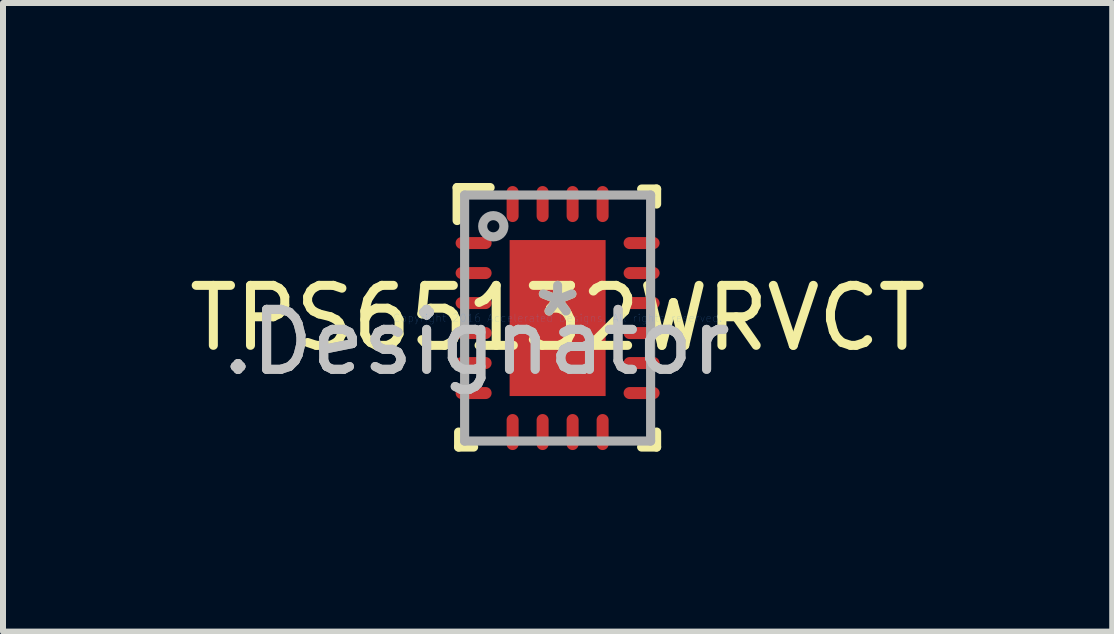
<source format=kicad_pcb>
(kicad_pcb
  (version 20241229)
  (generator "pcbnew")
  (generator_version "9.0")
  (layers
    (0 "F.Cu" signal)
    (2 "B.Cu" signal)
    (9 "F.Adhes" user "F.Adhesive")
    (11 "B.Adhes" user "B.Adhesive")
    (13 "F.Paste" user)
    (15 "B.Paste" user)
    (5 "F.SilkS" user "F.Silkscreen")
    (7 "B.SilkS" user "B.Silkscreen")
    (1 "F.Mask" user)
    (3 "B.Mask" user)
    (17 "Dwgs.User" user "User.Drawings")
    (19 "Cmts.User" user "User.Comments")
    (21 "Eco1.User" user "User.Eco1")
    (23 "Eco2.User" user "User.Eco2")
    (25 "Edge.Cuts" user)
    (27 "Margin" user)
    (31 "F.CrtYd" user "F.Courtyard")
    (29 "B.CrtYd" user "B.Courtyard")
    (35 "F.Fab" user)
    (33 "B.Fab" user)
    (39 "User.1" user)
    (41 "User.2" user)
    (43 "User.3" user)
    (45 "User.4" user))
  (footprint "TPS65132WRVCT"
    (layer "F.Cu")
    (at 6.244 2.251)
    (property "Reference" "TPS65132WRVCT" (at 0 0 0) (layer "F.SilkS") (effects (font (size 1 1) (thickness 0.15))))
    (attr through_hole)
    (fp_line (start -1.675 -1.625) (end -1.675 -2.175) (stroke (width 0.152) (type solid)) (layer "F.SilkS"))
    (fp_line (start -1.675 -2.175) (end -1.125 -2.175) (stroke (width 0.152) (type solid)) (layer "F.SilkS"))
    (fp_line (start -1.65 2.15) (end -1.65 1.9) (stroke (width 0.152) (type solid)) (layer "F.SilkS"))
    (fp_line (start -1.65 2.15) (end -1.4 2.15) (stroke (width 0.152) (type solid)) (layer "F.SilkS"))
    (fp_line (start 1.4 2.15) (end 1.65 2.15) (stroke (width 0.152) (type solid)) (layer "F.SilkS"))
    (fp_line (start 1.4 -2.15) (end 1.65 -2.15) (stroke (width 0.152) (type solid)) (layer "F.SilkS"))
    (fp_line (start 1.65 -1.9) (end 1.65 -2.15) (stroke (width 0.152) (type solid)) (layer "F.SilkS"))
    (fp_line (start 1.65 2.15) (end 1.65 1.9) (stroke (width 0.152) (type solid)) (layer "F.SilkS"))
    (fp_line (start -0.735 -1.25) (end -0.735 -0.1) (stroke (width 0.152) (type solid)) (layer "F.Paste"))
    (fp_line (start -0.735 -0.1) (end 0.735 -0.1) (stroke (width 0.152) (type solid)) (layer "F.Paste"))
    (fp_line (start -0.735 0.1) (end -0.735 1.25) (stroke (width 0.152) (type solid)) (layer "F.Paste"))
    (fp_line (start -0.735 1.25) (end 0.735 1.25) (stroke (width 0.152) (type solid)) (layer "F.Paste"))
    (fp_line (start 0.735 -1.25) (end -0.735 -1.25) (stroke (width 0.152) (type solid)) (layer "F.Paste"))
    (fp_line (start 0.735 -0.1) (end 0.735 -1.25) (stroke (width 0.152) (type solid)) (layer "F.Paste"))
    (fp_line (start 0.735 0.1) (end -0.735 0.1) (stroke (width 0.152) (type solid)) (layer "F.Paste"))
    (fp_line (start 0.735 1.25) (end 0.735 0.1) (stroke (width 0.152) (type solid)) (layer "F.Paste"))
    (fp_line (start -1.55 -2.05) (end 1.55 -2.05) (stroke (width 0.152) (type solid)) (layer "F.Fab"))
    (fp_line (start -1.55 2.05) (end -1.55 -2.05) (stroke (width 0.152) (type solid)) (layer "F.Fab"))
    (fp_line (start -1.55 2.05) (end 1.55 2.05) (stroke (width 0.152) (type solid)) (layer "F.Fab"))
    (fp_line (start 1.55 2.05) (end 1.55 -2.05) (stroke (width 0.152) (type solid)) (layer "F.Fab"))
    (fp_circle (center -1.072 -1.53) (end -0.895 -1.53) (stroke (width 0.152) (type solid)) (fill no) (layer "F.Fab"))
    (fp_text user "*" (at 0 0 0) (layer "F.SilkS") (effects (font (size 1 1) (thickness 0.15))))
    (fp_text user ".Designator" (at -1.35 0.4 0) (layer "Dwgs.User") (effects (font (size 1 1) (thickness 0.15))))
    (fp_text user "Copyright 2016 Accelerated Designs. All rights reserved." (at 0 0 0) (layer "Cmts.User") (effects (font (size 0.127 0.127) (thickness 0.002))))
    (fp_text user "*" (at 0 0 0) (layer "F.Fab") (effects (font (size 1 1) (thickness 0.15))))
    (fp_text user ".Designator" (at -1.35 0.4 0) (layer "F.Fab") (effects (font (size 1 1) (thickness 0.15))))
    (pad "1" smd oval (at -1.4 -1.25 90) (size 0.2 0.6) (layers "F.Cu" "F.Mask" "F.Paste"))
    (pad "2" smd oval (at -1.4 -0.75 90) (size 0.2 0.6) (layers "F.Cu" "F.Mask" "F.Paste"))
    (pad "3" smd oval (at -1.4 -0.25 90) (size 0.2 0.6) (layers "F.Cu" "F.Mask" "F.Paste"))
    (pad "4" smd oval (at -1.4 0.25 90) (size 0.2 0.6) (layers "F.Cu" "F.Mask" "F.Paste"))
    (pad "5" smd oval (at -1.4 0.75 90) (size 0.2 0.6) (layers "F.Cu" "F.Mask" "F.Paste"))
    (pad "6" smd oval (at -1.4 1.25 90) (size 0.2 0.6) (layers "F.Cu" "F.Mask" "F.Paste"))
    (pad "7" smd oval (at -0.75 1.9) (size 0.2 0.6) (layers "F.Cu" "F.Mask" "F.Paste"))
    (pad "8" smd oval (at -0.25 1.9) (size 0.2 0.6) (layers "F.Cu" "F.Mask" "F.Paste"))
    (pad "9" smd oval (at 0.25 1.9) (size 0.2 0.6) (layers "F.Cu" "F.Mask" "F.Paste"))
    (pad "10" smd oval (at 0.75 1.9) (size 0.2 0.6) (layers "F.Cu" "F.Mask" "F.Paste"))
    (pad "11" smd oval (at 1.4 1.25 90) (size 0.2 0.6) (layers "F.Cu" "F.Mask" "F.Paste"))
    (pad "12" smd oval (at 1.4 0.75 90) (size 0.2 0.6) (layers "F.Cu" "F.Mask" "F.Paste"))
    (pad "13" smd oval (at 1.4 0.25 90) (size 0.2 0.6) (layers "F.Cu" "F.Mask" "F.Paste"))
    (pad "14" smd oval (at 1.4 -0.25 90) (size 0.2 0.6) (layers "F.Cu" "F.Mask" "F.Paste"))
    (pad "15" smd oval (at 1.4 -0.75 90) (size 0.2 0.6) (layers "F.Cu" "F.Mask" "F.Paste"))
    (pad "16" smd oval (at 1.4 -1.25 90) (size 0.2 0.6) (layers "F.Cu" "F.Mask" "F.Paste"))
    (pad "17" smd oval (at 0.75 -1.9) (size 0.2 0.6) (layers "F.Cu" "F.Mask" "F.Paste"))
    (pad "18" smd oval (at 0.25 -1.9) (size 0.2 0.6) (layers "F.Cu" "F.Mask" "F.Paste"))
    (pad "19" smd oval (at -0.25 -1.9) (size 0.2 0.6) (layers "F.Cu" "F.Mask" "F.Paste"))
    (pad "20" smd oval (at -0.75 -1.9) (size 0.2 0.6) (layers "F.Cu" "F.Mask" "F.Paste"))
    (pad "21" smd rect (at 0 0 90) (size 2.6 1.6) (layers "F.Cu" "F.Mask" "F.Paste")))
  (gr_rect
    (start -3 -3)
    (end 15.488 7.477)
    (stroke (width 0.1) (type default))
    (fill no)
    (layer "Edge.Cuts")))
</source>
